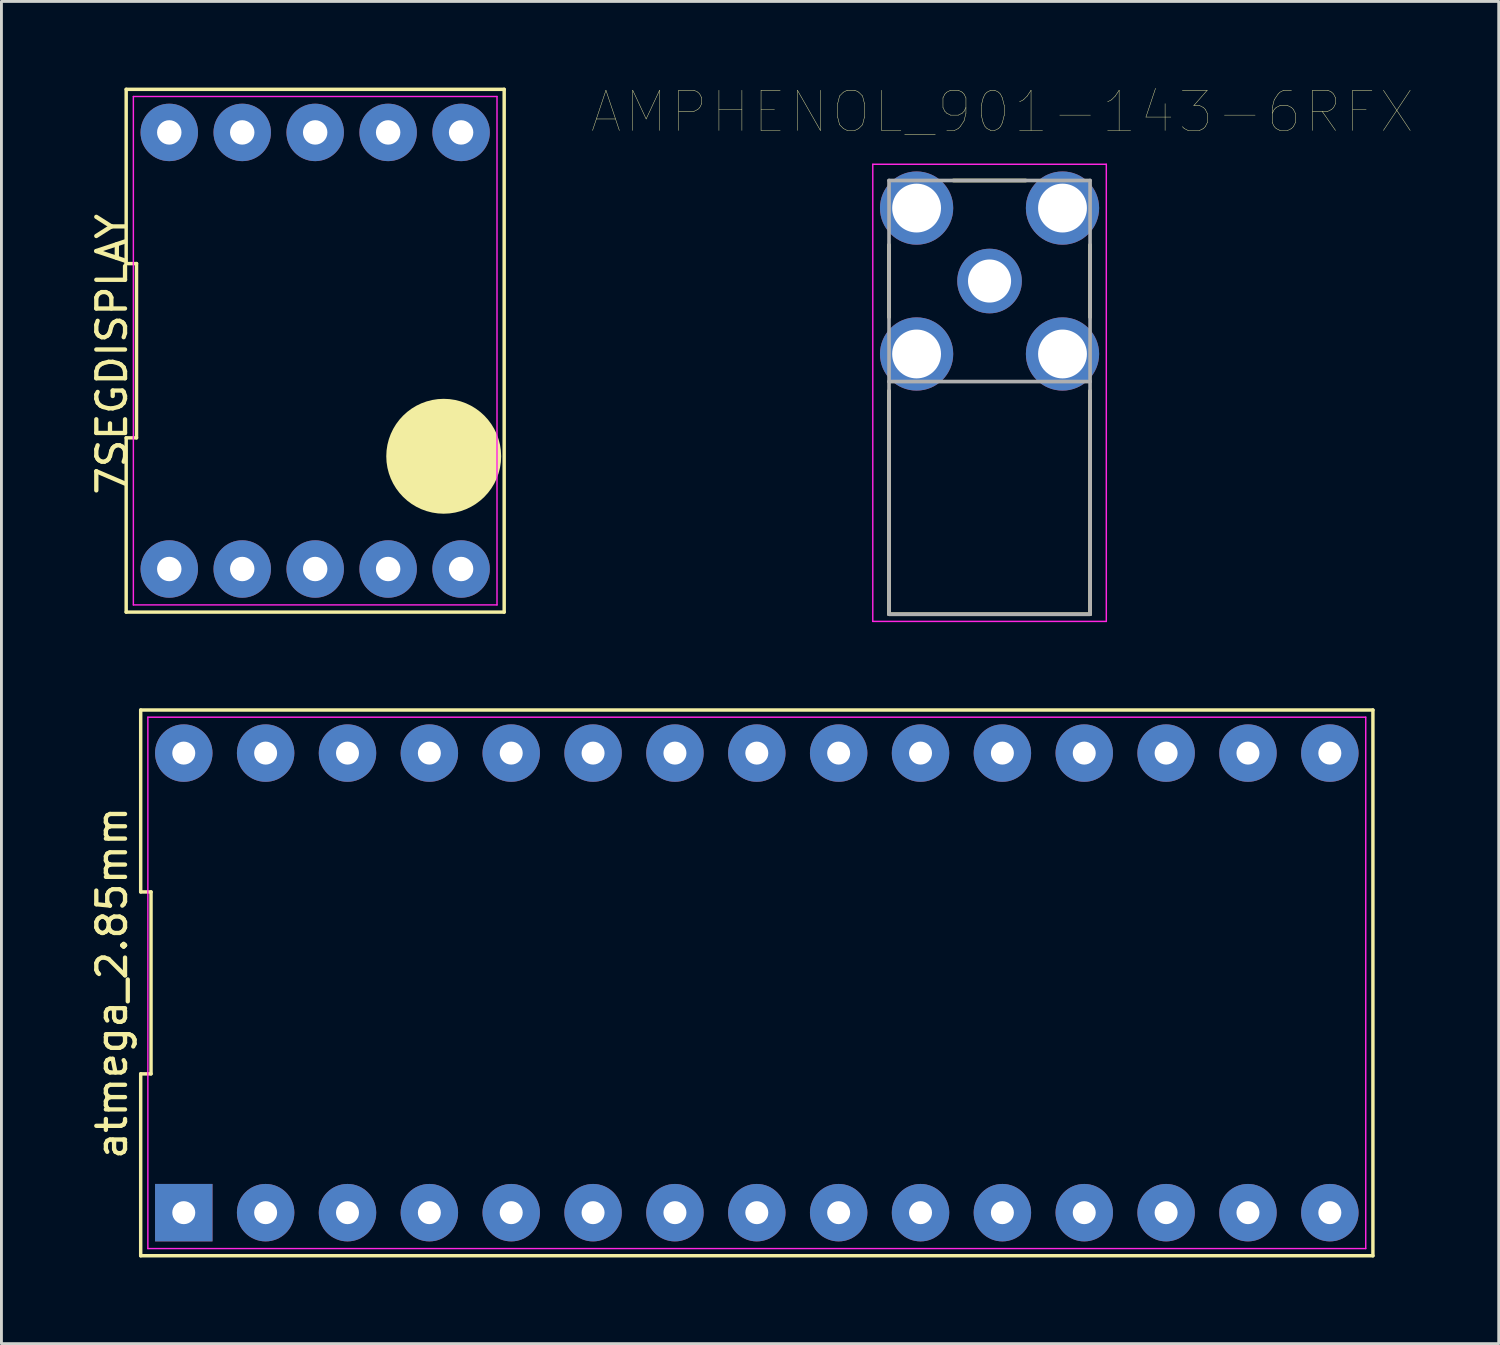
<source format=kicad_pcb>
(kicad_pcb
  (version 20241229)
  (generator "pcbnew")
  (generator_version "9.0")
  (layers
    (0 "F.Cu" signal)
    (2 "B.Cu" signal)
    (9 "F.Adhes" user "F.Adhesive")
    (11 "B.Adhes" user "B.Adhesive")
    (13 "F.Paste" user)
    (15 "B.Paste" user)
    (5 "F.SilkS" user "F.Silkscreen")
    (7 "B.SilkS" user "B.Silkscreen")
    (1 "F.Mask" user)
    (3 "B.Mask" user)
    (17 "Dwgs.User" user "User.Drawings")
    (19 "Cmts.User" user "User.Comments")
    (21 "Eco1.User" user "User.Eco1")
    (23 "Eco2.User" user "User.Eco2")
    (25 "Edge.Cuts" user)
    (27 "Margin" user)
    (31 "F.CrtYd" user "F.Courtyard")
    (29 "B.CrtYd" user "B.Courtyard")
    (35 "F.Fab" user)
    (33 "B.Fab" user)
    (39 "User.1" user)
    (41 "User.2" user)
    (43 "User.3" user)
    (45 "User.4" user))
  (footprint "atmega_2.85mm"
    (layer "F.Cu")
    (at 23.298 31.169)
    (property "Reference" "atmega_2.85mm" (at -22.45 0 90) (layer "F.SilkS") (effects (font (size 1 1) (thickness 0.15))))
    (attr through_hole)
    (fp_line (start -21.45 -9.5) (end -21.45 -3.167) (stroke (width 0.12) (type solid)) (layer "F.SilkS"))
    (fp_line (start -21.45 -3.167) (end -21.09 -3.167) (stroke (width 0.12) (type solid)) (layer "F.SilkS"))
    (fp_line (start -21.45 3.167) (end -21.45 9.5) (stroke (width 0.12) (type solid)) (layer "F.SilkS"))
    (fp_line (start -21.45 9.5) (end 21.45 9.5) (stroke (width 0.12) (type solid)) (layer "F.SilkS"))
    (fp_line (start -21.09 -3.167) (end -21.09 3.167) (stroke (width 0.12) (type solid)) (layer "F.SilkS"))
    (fp_line (start -21.09 3.167) (end -21.45 3.167) (stroke (width 0.12) (type solid)) (layer "F.SilkS"))
    (fp_line (start 21.45 -9.5) (end -21.45 -9.5) (stroke (width 0.12) (type solid)) (layer "F.SilkS"))
    (fp_line (start 21.45 9.5) (end 21.45 -9.5) (stroke (width 0.12) (type solid)) (layer "F.SilkS"))
    (fp_line (start -21.2 -9.25) (end 21.2 -9.25) (stroke (width 0.05) (type solid)) (layer "F.CrtYd"))
    (fp_line (start -21.2 9.25) (end -21.2 -9.25) (stroke (width 0.05) (type solid)) (layer "F.CrtYd"))
    (fp_line (start 21.2 -9.25) (end 21.2 9.25) (stroke (width 0.05) (type solid)) (layer "F.CrtYd"))
    (fp_line (start 21.2 9.25) (end -21.2 9.25) (stroke (width 0.05) (type solid)) (layer "F.CrtYd"))
    (pad "1" thru_hole rect (at -19.95 8) (size 2 2) (drill 0.8) (layers "*.Cu" "*.Mask"))
    (pad "2" thru_hole circle (at -17.1 8) (size 2 2) (drill 0.8) (layers "*.Cu" "*.Mask"))
    (pad "3" thru_hole circle (at -14.25 8) (size 2 2) (drill 0.8) (layers "*.Cu" "*.Mask"))
    (pad "4" thru_hole circle (at -11.4 8) (size 2 2) (drill 0.8) (layers "*.Cu" "*.Mask"))
    (pad "5" thru_hole circle (at -8.55 8) (size 2 2) (drill 0.8) (layers "*.Cu" "*.Mask"))
    (pad "6" thru_hole circle (at -5.7 8) (size 2 2) (drill 0.8) (layers "*.Cu" "*.Mask"))
    (pad "7" thru_hole circle (at -2.85 8) (size 2 2) (drill 0.8) (layers "*.Cu" "*.Mask"))
    (pad "8" thru_hole circle (at 0 8) (size 2 2) (drill 0.8) (layers "*.Cu" "*.Mask"))
    (pad "9" thru_hole circle (at 2.85 8) (size 2 2) (drill 0.8) (layers "*.Cu" "*.Mask"))
    (pad "10" thru_hole circle (at 5.7 8) (size 2 2) (drill 0.8) (layers "*.Cu" "*.Mask"))
    (pad "11" thru_hole circle (at 8.55 8) (size 2 2) (drill 0.8) (layers "*.Cu" "*.Mask"))
    (pad "12" thru_hole circle (at 11.4 8) (size 2 2) (drill 0.8) (layers "*.Cu" "*.Mask"))
    (pad "13" thru_hole circle (at 14.25 8) (size 2 2) (drill 0.8) (layers "*.Cu" "*.Mask"))
    (pad "14" thru_hole circle (at 17.1 8) (size 2 2) (drill 0.8) (layers "*.Cu" "*.Mask"))
    (pad "15" thru_hole circle (at 19.95 8) (size 2 2) (drill 0.8) (layers "*.Cu" "*.Mask"))
    (pad "16" thru_hole circle (at 19.95 -8) (size 2 2) (drill 0.8) (layers "*.Cu" "*.Mask"))
    (pad "17" thru_hole circle (at 17.1 -8) (size 2 2) (drill 0.8) (layers "*.Cu" "*.Mask"))
    (pad "18" thru_hole circle (at 14.25 -8) (size 2 2) (drill 0.8) (layers "*.Cu" "*.Mask"))
    (pad "19" thru_hole circle (at 11.4 -8) (size 2 2) (drill 0.8) (layers "*.Cu" "*.Mask"))
    (pad "20" thru_hole circle (at 8.55 -8) (size 2 2) (drill 0.8) (layers "*.Cu" "*.Mask"))
    (pad "21" thru_hole circle (at 5.7 -8) (size 2 2) (drill 0.8) (layers "*.Cu" "*.Mask"))
    (pad "22" thru_hole circle (at 2.85 -8) (size 2 2) (drill 0.8) (layers "*.Cu" "*.Mask"))
    (pad "23" thru_hole circle (at 0 -8) (size 2 2) (drill 0.8) (layers "*.Cu" "*.Mask"))
    (pad "24" thru_hole circle (at -2.85 -8) (size 2 2) (drill 0.8) (layers "*.Cu" "*.Mask"))
    (pad "25" thru_hole circle (at -5.7 -8) (size 2 2) (drill 0.8) (layers "*.Cu" "*.Mask"))
    (pad "26" thru_hole circle (at -8.55 -8) (size 2 2) (drill 0.8) (layers "*.Cu" "*.Mask"))
    (pad "27" thru_hole circle (at -11.4 -8) (size 2 2) (drill 0.8) (layers "*.Cu" "*.Mask"))
    (pad "28" thru_hole circle (at -14.25 -8) (size 2 2) (drill 0.8) (layers "*.Cu" "*.Mask"))
    (pad "29" thru_hole circle (at -17.1 -8) (size 2 2) (drill 0.8) (layers "*.Cu" "*.Mask"))
    (pad "30" thru_hole circle (at -19.95 -8) (size 2 2) (drill 0.8) (layers "*.Cu" "*.Mask")))
  (footprint "AMPHENOL_901-143-6RFX"
    (layer "F.Cu")
    (at 31.401 6.734)
    (property "Reference" "AMPHENOL_901-143-6RFX" (at 0.445 -5.889 0) (layer "F.SilkS") (effects (font (size 1.4 1.4) (thickness 0.015))))
    (attr through_hole)
    (fp_line (start -3.5 -1.26) (end -3.5 1.26) (stroke (width 0.127) (type solid)) (layer "F.SilkS"))
    (fp_line (start -3.5 11.6) (end -3.5 3.82) (stroke (width 0.127) (type solid)) (layer "F.SilkS"))
    (fp_line (start 1.26 -3.5) (end -1.26 -3.5) (stroke (width 0.127) (type solid)) (layer "F.SilkS"))
    (fp_line (start 3.5 1.26) (end 3.5 -1.26) (stroke (width 0.127) (type solid)) (layer "F.SilkS"))
    (fp_line (start 3.5 3.82) (end 3.5 11.6) (stroke (width 0.127) (type solid)) (layer "F.SilkS"))
    (fp_line (start 3.5 11.6) (end -3.5 11.6) (stroke (width 0.127) (type solid)) (layer "F.SilkS"))
    (fp_line (start -4.065 -4.065) (end -4.065 11.85) (stroke (width 0.05) (type solid)) (layer "F.CrtYd"))
    (fp_line (start -4.065 11.85) (end 4.065 11.85) (stroke (width 0.05) (type solid)) (layer "F.CrtYd"))
    (fp_line (start 4.065 -4.065) (end -4.065 -4.065) (stroke (width 0.05) (type solid)) (layer "F.CrtYd"))
    (fp_line (start 4.065 11.85) (end 4.065 -4.065) (stroke (width 0.05) (type solid)) (layer "F.CrtYd"))
    (fp_line (start -3.5 -3.5) (end 3.5 -3.5) (stroke (width 0.127) (type solid)) (layer "F.Fab"))
    (fp_line (start -3.5 3.5) (end -3.5 -3.5) (stroke (width 0.127) (type solid)) (layer "F.Fab"))
    (fp_line (start -3.5 3.5) (end 3.5 3.5) (stroke (width 0.127) (type solid)) (layer "F.Fab"))
    (fp_line (start -3.5 11.6) (end -3.5 3.5) (stroke (width 0.127) (type solid)) (layer "F.Fab"))
    (fp_line (start 3.5 -3.5) (end 3.5 3.5) (stroke (width 0.127) (type solid)) (layer "F.Fab"))
    (fp_line (start 3.5 3.5) (end 3.5 11.6) (stroke (width 0.127) (type solid)) (layer "F.Fab"))
    (fp_line (start 3.5 11.6) (end -3.5 11.6) (stroke (width 0.127) (type solid)) (layer "F.Fab"))
    (pad "1" thru_hole circle (at 0 0) (size 2.25 2.25) (drill 1.5) (layers "*.Cu" "*.Mask"))
    (pad "S1" thru_hole circle (at -2.54 -2.54) (size 2.55 2.55) (drill 1.7) (layers "*.Cu" "*.Mask"))
    (pad "S2" thru_hole circle (at 2.54 -2.54) (size 2.55 2.55) (drill 1.7) (layers "*.Cu" "*.Mask"))
    (pad "S3" thru_hole circle (at -2.54 2.54) (size 2.55 2.55) (drill 1.7) (layers "*.Cu" "*.Mask"))
    (pad "S4" thru_hole circle (at 2.54 2.54) (size 2.55 2.55) (drill 1.7) (layers "*.Cu" "*.Mask")))
  (footprint "7SEGDISPLAY"
    (layer "F.Cu")
    (at 7.923 9.16)
    (property "Reference" "7SEGDISPLAY" (at -7.075 0.125 90) (layer "F.SilkS") (effects (font (size 1 1) (thickness 0.15))))
    (attr through_hole)
    (fp_line (start -6.58 -3.033) (end -6.22 -3.033) (stroke (width 0.12) (type solid)) (layer "F.SilkS"))
    (fp_line (start -6.58 3.033) (end -6.58 9.1) (stroke (width 0.12) (type solid)) (layer "F.SilkS"))
    (fp_line (start -6.58 9.1) (end 6.58 9.1) (stroke (width 0.12) (type solid)) (layer "F.SilkS"))
    (fp_line (start -6.58 -9.1) (end -6.58 -3.033) (stroke (width 0.12) (type solid)) (layer "F.SilkS"))
    (fp_line (start -6.22 -3.033) (end -6.22 3.033) (stroke (width 0.12) (type solid)) (layer "F.SilkS"))
    (fp_line (start -6.22 3.033) (end -6.58 3.033) (stroke (width 0.12) (type solid)) (layer "F.SilkS"))
    (fp_line (start 6.58 9.1) (end 6.58 -9.1) (stroke (width 0.12) (type solid)) (layer "F.SilkS"))
    (fp_line (start 6.58 -9.1) (end -6.58 -9.1) (stroke (width 0.12) (type solid)) (layer "F.SilkS"))
    (fp_circle (center 4.475 3.675) (end 4.475 3.675) (stroke (width 2) (type solid)) (fill no) (layer "F.SilkS"))
    (fp_line (start -6.33 -8.85) (end 6.33 -8.85) (stroke (width 0.05) (type solid)) (layer "F.CrtYd"))
    (fp_line (start -6.33 8.85) (end -6.33 -8.85) (stroke (width 0.05) (type solid)) (layer "F.CrtYd"))
    (fp_line (start 6.33 -8.85) (end 6.33 8.85) (stroke (width 0.05) (type solid)) (layer "F.CrtYd"))
    (fp_line (start 6.33 8.85) (end -6.33 8.85) (stroke (width 0.05) (type solid)) (layer "F.CrtYd"))
    (pad "1" thru_hole circle (at 2.54 -7.6) (size 2 2) (drill 0.85) (layers "*.Cu" "*.Mask"))
    (pad "2" thru_hole circle (at 5.08 -7.6) (size 2 2) (drill 0.85) (layers "*.Cu" "*.Mask"))
    (pad "3" thru_hole circle (at 2.54 7.6) (size 2 2) (drill 0.85) (layers "*.Cu" "*.Mask"))
    (pad "4" thru_hole circle (at -2.54 7.6) (size 2 2) (drill 0.85) (layers "*.Cu" "*.Mask"))
    (pad "5" thru_hole circle (at -5.08 7.6) (size 2 2) (drill 0.85) (layers "*.Cu" "*.Mask"))
    (pad "6" thru_hole circle (at -2.54 -7.6) (size 2 2) (drill 0.85) (layers "*.Cu" "*.Mask"))
    (pad "7" thru_hole circle (at -5.08 -7.6) (size 2 2) (drill 0.85) (layers "*.Cu" "*.Mask"))
    (pad "8" thru_hole circle (at 0 -7.6) (size 2 2) (drill 0.85) (layers "*.Cu" "*.Mask"))
    (pad "9" thru_hole circle (at 0 7.6) (size 2 2) (drill 0.85) (layers "*.Cu" "*.Mask"))
    (pad "10" thru_hole circle (at 5.08 7.6) (size 2 2) (drill 0.85) (layers "*.Cu" "*.Mask")))
  (gr_rect
    (start -3 -3)
    (end 49.128 43.729)
    (stroke (width 0.1) (type default))
    (fill no)
    (layer "Edge.Cuts")))
</source>
